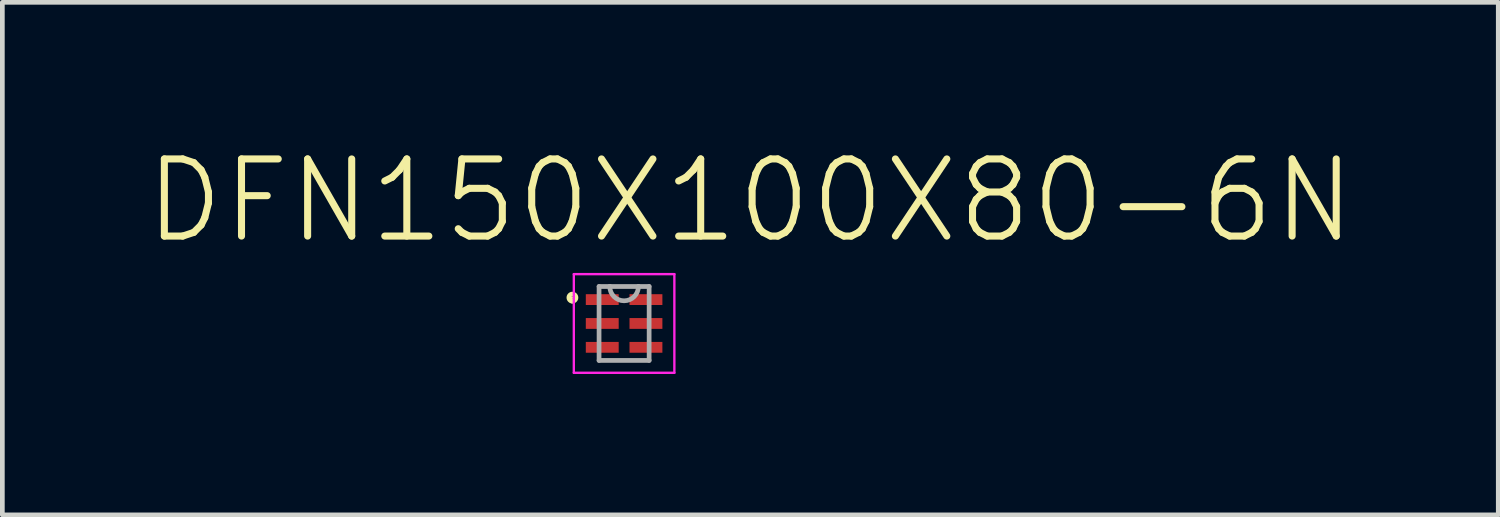
<source format=kicad_pcb>
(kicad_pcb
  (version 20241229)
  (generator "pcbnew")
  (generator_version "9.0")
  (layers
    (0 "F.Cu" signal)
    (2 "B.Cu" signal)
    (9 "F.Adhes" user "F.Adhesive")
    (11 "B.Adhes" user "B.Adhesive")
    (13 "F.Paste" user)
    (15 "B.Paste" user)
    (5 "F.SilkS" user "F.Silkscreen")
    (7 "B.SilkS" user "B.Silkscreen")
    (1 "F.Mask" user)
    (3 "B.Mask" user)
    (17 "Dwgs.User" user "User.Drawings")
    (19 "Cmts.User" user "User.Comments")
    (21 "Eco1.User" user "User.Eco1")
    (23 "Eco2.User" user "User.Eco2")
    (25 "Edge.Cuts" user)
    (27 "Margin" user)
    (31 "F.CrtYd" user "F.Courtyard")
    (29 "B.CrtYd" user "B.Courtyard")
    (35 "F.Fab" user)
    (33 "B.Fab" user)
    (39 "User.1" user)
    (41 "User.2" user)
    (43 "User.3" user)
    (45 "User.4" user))
  (footprint "DFN150X100X80-6N"
    (layer "F.Cu")
    (at 10.234 3.835)
    (property "Reference" "DFN150X100X80-6N" (at 2.686 -2.612 0) (layer "F.SilkS") (effects (font (size 1.642 1.642) (thickness 0.15))))
    (attr smd)
    (fp_circle (center -1.1 -0.55) (end -1.05 -0.55) (stroke (width 0.05) (type solid)) (fill no) (layer "F.SilkS"))
    (fp_circle (center -1.1 -0.55) (end -1.029 -0.55) (stroke (width 0.05) (type solid)) (fill no) (layer "F.SilkS"))
    (fp_circle (center -1.1 -0.55) (end -1.029 -0.55) (stroke (width 0.05) (type solid)) (fill no) (layer "F.SilkS"))
    (fp_circle (center -1.1 -0.55) (end -1 -0.55) (stroke (width 0.05) (type solid)) (fill no) (layer "F.SilkS"))
    (fp_circle (center -1.1 -0.5) (end -1.05 -0.5) (stroke (width 0.05) (type solid)) (fill no) (layer "F.SilkS"))
    (fp_line (start -1.07 -1.05) (end 1.07 -1.05) (stroke (width 0.05) (type solid)) (layer "F.CrtYd"))
    (fp_line (start -1.07 1.05) (end -1.07 -1.05) (stroke (width 0.05) (type solid)) (layer "F.CrtYd"))
    (fp_line (start -1.07 1.05) (end 1.07 1.05) (stroke (width 0.05) (type solid)) (layer "F.CrtYd"))
    (fp_line (start 1.07 -1.05) (end 1.07 1.05) (stroke (width 0.05) (type solid)) (layer "F.CrtYd"))
    (fp_line (start -0.533 -0.787) (end -0.533 0.787) (stroke (width 0.1) (type solid)) (layer "F.Fab"))
    (fp_line (start -0.533 0.787) (end 0.533 0.787) (stroke (width 0.1) (type solid)) (layer "F.Fab"))
    (fp_line (start -0.305 -0.787) (end -0.533 -0.787) (stroke (width 0.1) (type solid)) (layer "F.Fab"))
    (fp_line (start 0.305 -0.787) (end -0.305 -0.787) (stroke (width 0.1) (type solid)) (layer "F.Fab"))
    (fp_line (start 0.533 -0.787) (end 0.305 -0.787) (stroke (width 0.1) (type solid)) (layer "F.Fab"))
    (fp_line (start 0.533 0.787) (end 0.533 -0.787) (stroke (width 0.1) (type solid)) (layer "F.Fab"))
    (fp_arc (start 0.3048 -0.7874) (mid 0 -0.4826) (end -0.3048 -0.7874) (stroke (width 0.1) (type solid)) (layer "F.Fab"))
    (pad "1" smd rect (at -0.465 -0.508) (size 0.7 0.23) (layers "F.Cu" "F.Mask" "F.Paste"))
    (pad "2" smd rect (at -0.465 0) (size 0.7 0.23) (layers "F.Cu" "F.Mask" "F.Paste"))
    (pad "3" smd rect (at -0.465 0.508) (size 0.7 0.23) (layers "F.Cu" "F.Mask" "F.Paste"))
    (pad "4" smd rect (at 0.465 0.508) (size 0.7 0.23) (layers "F.Cu" "F.Mask" "F.Paste"))
    (pad "5" smd rect (at 0.465 0) (size 0.7 0.23) (layers "F.Cu" "F.Mask" "F.Paste"))
    (pad "6" smd rect (at 0.465 -0.508) (size 0.7 0.23) (layers "F.Cu" "F.Mask" "F.Paste")))
  (gr_rect
    (start -3 -3)
    (end 28.841 7.91)
    (stroke (width 0.1) (type default))
    (fill no)
    (layer "Edge.Cuts")))
</source>
